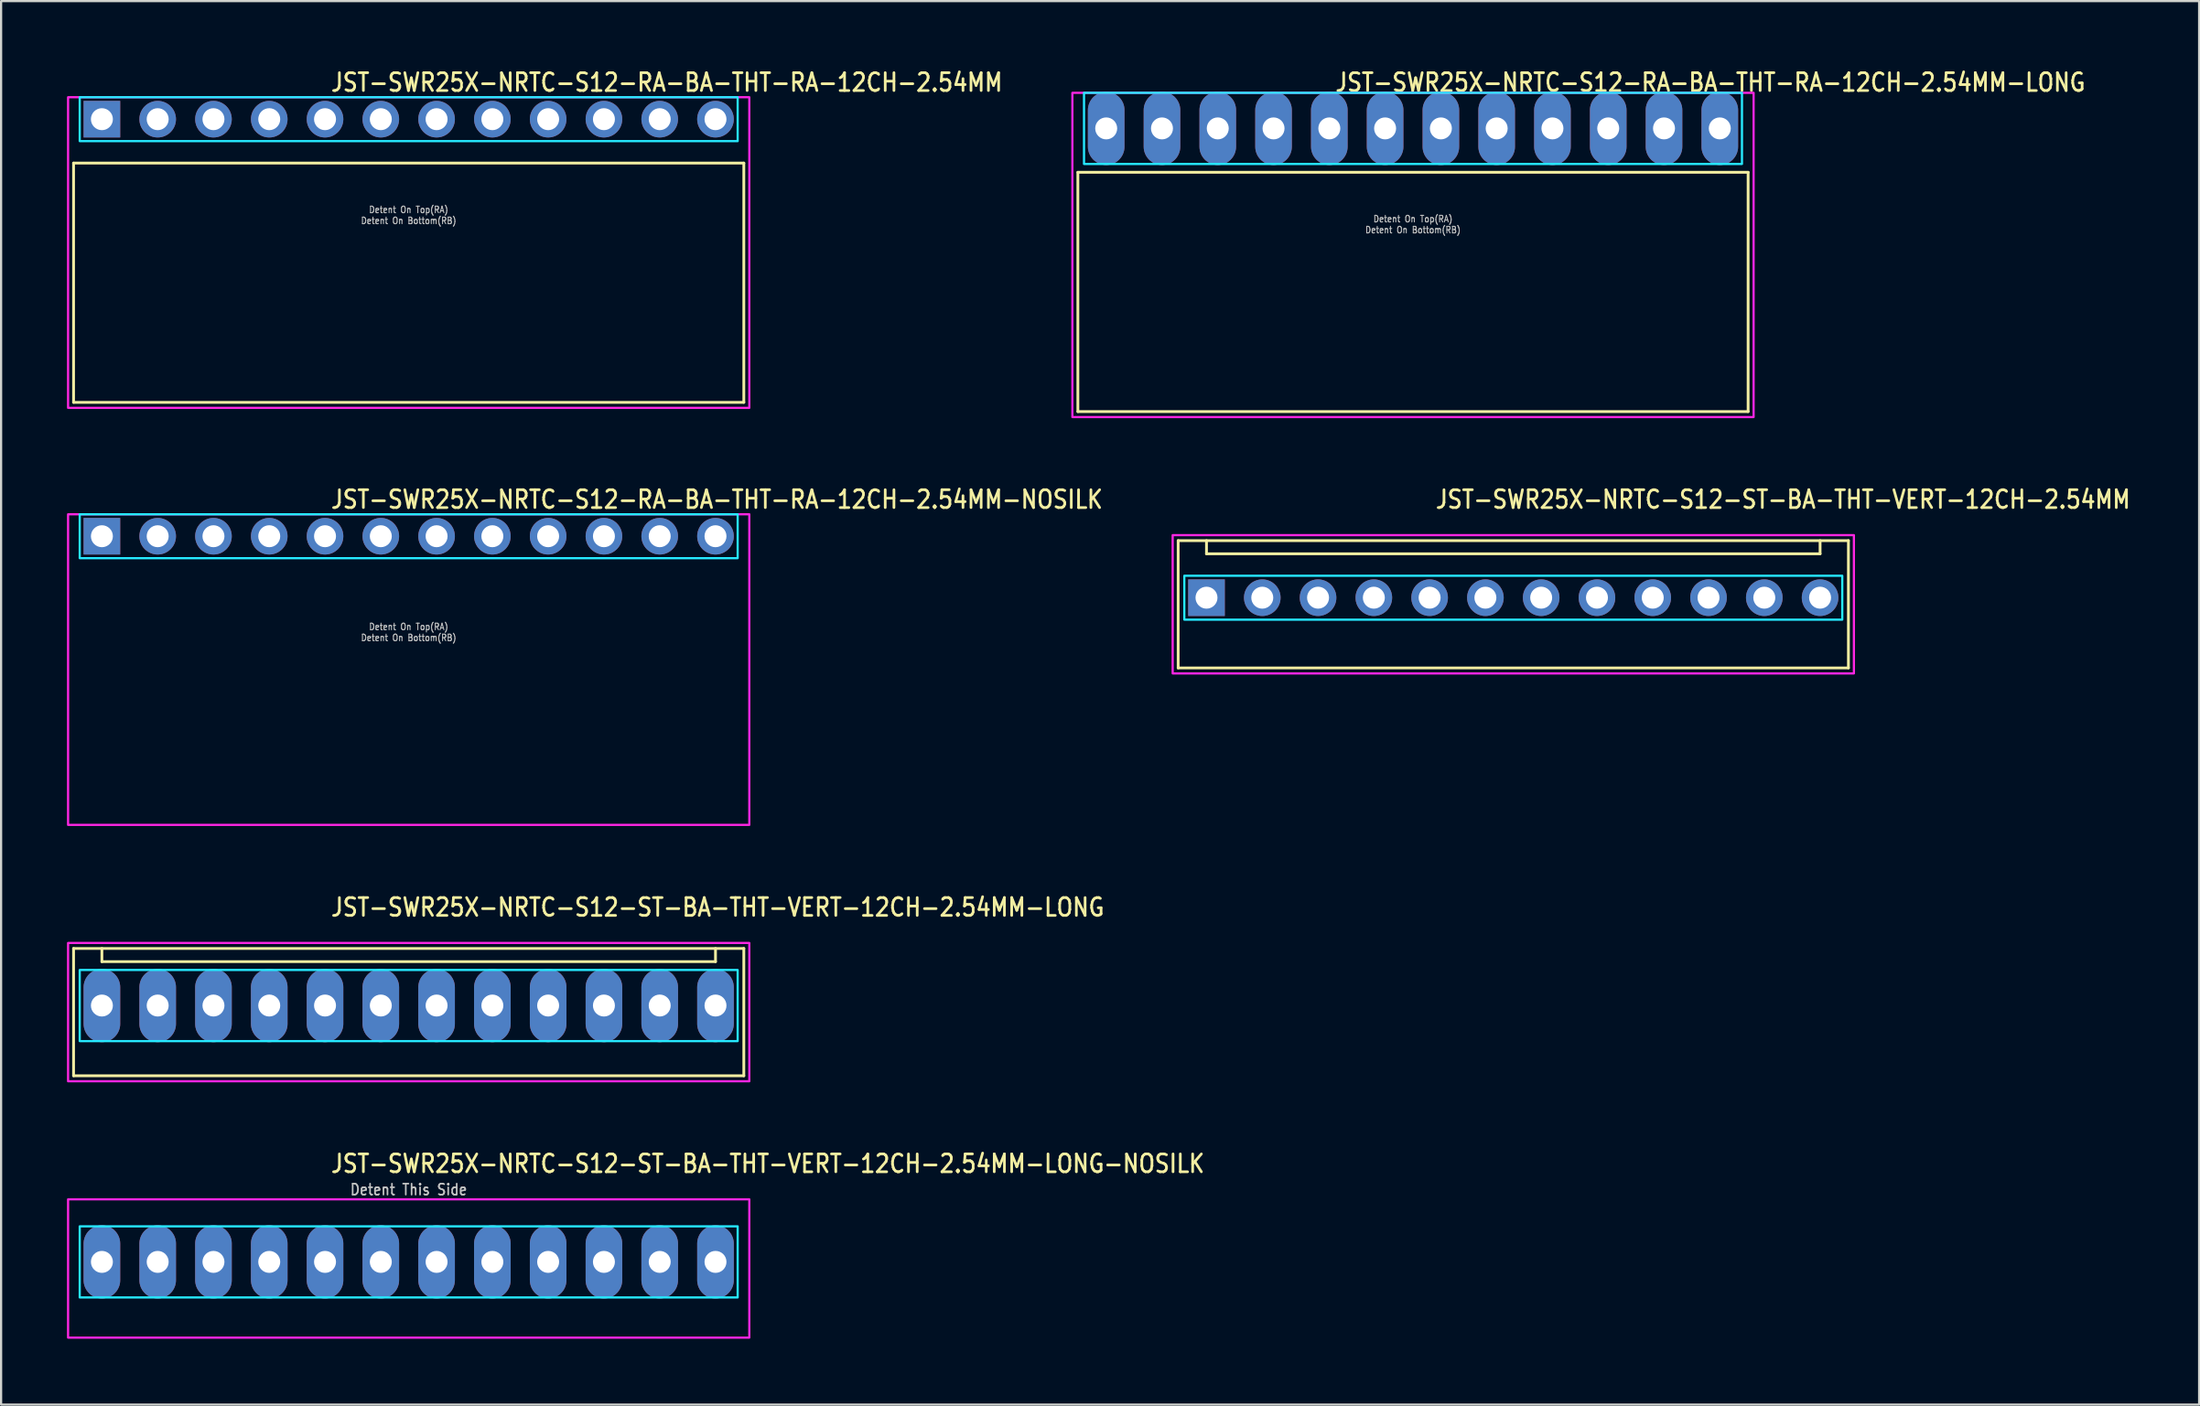
<source format=kicad_pcb>
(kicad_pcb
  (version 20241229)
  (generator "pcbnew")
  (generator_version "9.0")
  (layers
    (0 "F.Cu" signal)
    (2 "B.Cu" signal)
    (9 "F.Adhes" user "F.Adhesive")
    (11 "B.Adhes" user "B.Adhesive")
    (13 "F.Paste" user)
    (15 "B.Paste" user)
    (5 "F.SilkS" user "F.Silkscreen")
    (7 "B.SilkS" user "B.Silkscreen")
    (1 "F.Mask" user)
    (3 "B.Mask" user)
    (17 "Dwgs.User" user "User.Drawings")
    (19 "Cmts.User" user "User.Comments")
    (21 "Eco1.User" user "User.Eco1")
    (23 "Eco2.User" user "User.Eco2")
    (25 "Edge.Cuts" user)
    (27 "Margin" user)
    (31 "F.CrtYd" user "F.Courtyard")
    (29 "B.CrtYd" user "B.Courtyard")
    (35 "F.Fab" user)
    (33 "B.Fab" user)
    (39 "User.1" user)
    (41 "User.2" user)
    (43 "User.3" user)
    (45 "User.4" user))
  (footprint "JST-SWR25X-NRTC-S12-ST-BA-THT-VERT-12CH-2.54MM-LONG-NOSILK"
    (layer "F.Cu")
    (at 15.56 54.434)
    (property "Reference" "JST-SWR25X-NRTC-S12-ST-BA-THT-VERT-12CH-2.54MM-LONG-NOSILK" (at -3.6 -4 0) (unlocked yes) (layer "F.SilkS") (effects (font (size 0.813 0.695) (thickness 0.122)) (justify left bottom)))
    (fp_poly (pts (xy -14.98 -1.62) (xy -14.98 1.62) (xy 14.98 1.62) (xy 14.98 -1.62)) (stroke (width 0.1) (type solid)) (fill no) (layer "B.CrtYd"))
    (fp_poly (pts (xy -15.51 -2.85) (xy -15.51 3.45) (xy 15.51 3.45) (xy 15.51 -2.85)) (stroke (width 0.1) (type solid)) (fill no) (layer "F.CrtYd"))
    (fp_text user "Detent This Side" (at 0 -3 0) (unlocked yes) (layer "Dwgs.User") (effects (font (size 0.5 0.427) (thickness 0.075)) (justify bottom)))
    (pad "1" thru_hole oval (at -13.97 0 90) (size 3.333 1.667) (drill 1) (layers "*.Cu" "*.Mask"))
    (pad "2" thru_hole oval (at -11.43 0 90) (size 3.333 1.667) (drill 1) (layers "*.Cu" "*.Mask"))
    (pad "3" thru_hole oval (at -8.89 0 90) (size 3.333 1.667) (drill 1) (layers "*.Cu" "*.Mask"))
    (pad "4" thru_hole oval (at -6.35 0 90) (size 3.333 1.667) (drill 1) (layers "*.Cu" "*.Mask"))
    (pad "5" thru_hole oval (at -3.81 0 90) (size 3.333 1.667) (drill 1) (layers "*.Cu" "*.Mask"))
    (pad "6" thru_hole oval (at -1.27 0 90) (size 3.333 1.667) (drill 1) (layers "*.Cu" "*.Mask"))
    (pad "7" thru_hole oval (at 1.27 0 90) (size 3.333 1.667) (drill 1) (layers "*.Cu" "*.Mask"))
    (pad "8" thru_hole oval (at 3.81 0 90) (size 3.333 1.667) (drill 1) (layers "*.Cu" "*.Mask"))
    (pad "9" thru_hole oval (at 6.35 0 90) (size 3.333 1.667) (drill 1) (layers "*.Cu" "*.Mask"))
    (pad "10" thru_hole oval (at 8.89 0 90) (size 3.333 1.667) (drill 1) (layers "*.Cu" "*.Mask"))
    (pad "11" thru_hole oval (at 11.43 0 90) (size 3.333 1.667) (drill 1) (layers "*.Cu" "*.Mask"))
    (pad "12" thru_hole oval (at 13.97 0 90) (size 3.333 1.667) (drill 1) (layers "*.Cu" "*.Mask")))
  (footprint "JST-SWR25X-NRTC-S12-ST-BA-THT-VERT-12CH-2.54MM-LONG"
    (layer "F.Cu")
    (at 15.56 42.756)
    (property "Reference" "JST-SWR25X-NRTC-S12-ST-BA-THT-VERT-12CH-2.54MM-LONG" (at -3.6 -4 0) (unlocked yes) (layer "F.SilkS") (effects (font (size 0.813 0.695) (thickness 0.122)) (justify left bottom)))
    (fp_line (start -15.26 -2.6) (end 15.26 -2.6) (stroke (width 0.127) (type solid)) (layer "F.SilkS"))
    (fp_line (start -15.26 3.2) (end -15.26 -2.6) (stroke (width 0.127) (type solid)) (layer "F.SilkS"))
    (fp_line (start -15.26 3.2) (end 15.26 3.2) (stroke (width 0.127) (type solid)) (layer "F.SilkS"))
    (fp_line (start -13.97 -2.6) (end -13.97 -2) (stroke (width 0.127) (type solid)) (layer "F.SilkS"))
    (fp_line (start -13.97 -2) (end 13.97 -2) (stroke (width 0.127) (type solid)) (layer "F.SilkS"))
    (fp_line (start 13.97 -2.6) (end 13.97 -2) (stroke (width 0.127) (type solid)) (layer "F.SilkS"))
    (fp_line (start 15.26 -2.6) (end 15.26 3.2) (stroke (width 0.127) (type solid)) (layer "F.SilkS"))
    (fp_poly (pts (xy -14.98 -1.62) (xy -14.98 1.62) (xy 14.98 1.62) (xy 14.98 -1.62)) (stroke (width 0.1) (type solid)) (fill no) (layer "B.CrtYd"))
    (fp_poly (pts (xy -15.51 -2.85) (xy -15.51 3.45) (xy 15.51 3.45) (xy 15.51 -2.85)) (stroke (width 0.1) (type solid)) (fill no) (layer "F.CrtYd"))
    (pad "1" thru_hole oval (at -13.97 0 90) (size 3.333 1.667) (drill 1) (layers "*.Cu" "*.Mask"))
    (pad "2" thru_hole oval (at -11.43 0 90) (size 3.333 1.667) (drill 1) (layers "*.Cu" "*.Mask"))
    (pad "3" thru_hole oval (at -8.89 0 90) (size 3.333 1.667) (drill 1) (layers "*.Cu" "*.Mask"))
    (pad "4" thru_hole oval (at -6.35 0 90) (size 3.333 1.667) (drill 1) (layers "*.Cu" "*.Mask"))
    (pad "5" thru_hole oval (at -3.81 0 90) (size 3.333 1.667) (drill 1) (layers "*.Cu" "*.Mask"))
    (pad "6" thru_hole oval (at -1.27 0 90) (size 3.333 1.667) (drill 1) (layers "*.Cu" "*.Mask"))
    (pad "7" thru_hole oval (at 1.27 0 90) (size 3.333 1.667) (drill 1) (layers "*.Cu" "*.Mask"))
    (pad "8" thru_hole oval (at 3.81 0 90) (size 3.333 1.667) (drill 1) (layers "*.Cu" "*.Mask"))
    (pad "9" thru_hole oval (at 6.35 0 90) (size 3.333 1.667) (drill 1) (layers "*.Cu" "*.Mask"))
    (pad "10" thru_hole oval (at 8.89 0 90) (size 3.333 1.667) (drill 1) (layers "*.Cu" "*.Mask"))
    (pad "11" thru_hole oval (at 11.43 0 90) (size 3.333 1.667) (drill 1) (layers "*.Cu" "*.Mask"))
    (pad "12" thru_hole oval (at 13.97 0 90) (size 3.333 1.667) (drill 1) (layers "*.Cu" "*.Mask")))
  (footprint "JST-SWR25X-NRTC-S12-RA-BA-THT-RA-12CH-2.54MM-LONG"
    (layer "F.Cu")
    (at 61.291 2.799)
    (property "Reference" "JST-SWR25X-NRTC-S12-RA-BA-THT-RA-12CH-2.54MM-LONG" (at -3.6 -1.62 0) (unlocked yes) (layer "F.SilkS") (effects (font (size 0.813 0.695) (thickness 0.122)) (justify left bottom)))
    (fp_line (start -15.26 2) (end 15.26 2) (stroke (width 0.127) (type solid)) (layer "F.SilkS"))
    (fp_line (start -15.26 12.9) (end -15.26 2) (stroke (width 0.127) (type solid)) (layer "F.SilkS"))
    (fp_line (start -15.26 12.9) (end 15.26 12.9) (stroke (width 0.127) (type solid)) (layer "F.SilkS"))
    (fp_line (start 15.26 2) (end 15.26 12.9) (stroke (width 0.127) (type solid)) (layer "F.SilkS"))
    (fp_poly (pts (xy -14.98 -1.62) (xy -14.98 1.62) (xy 14.98 1.62) (xy 14.98 -1.62)) (stroke (width 0.1) (type solid)) (fill no) (layer "B.CrtYd"))
    (fp_poly (pts (xy -15.51 -1.62) (xy -15.51 13.15) (xy 15.51 13.15) (xy 15.51 -1.62)) (stroke (width 0.1) (type solid)) (fill no) (layer "F.CrtYd"))
    (fp_text user "Detent On Bottom(RB)" (at 0 4.8 0) (unlocked yes) (layer "Dwgs.User") (effects (font (size 0.3 0.257) (thickness 0.045)) (justify bottom)))
    (fp_text user "Detent On Top(RA)" (at 0 4.3 0) (unlocked yes) (layer "Dwgs.User") (effects (font (size 0.3 0.257) (thickness 0.045)) (justify bottom)))
    (pad "1" thru_hole oval (at -13.97 0 90) (size 3.333 1.667) (drill 1) (layers "*.Cu" "*.Mask"))
    (pad "2" thru_hole oval (at -11.43 0 90) (size 3.333 1.667) (drill 1) (layers "*.Cu" "*.Mask"))
    (pad "3" thru_hole oval (at -8.89 0 90) (size 3.333 1.667) (drill 1) (layers "*.Cu" "*.Mask"))
    (pad "4" thru_hole oval (at -6.35 0 90) (size 3.333 1.667) (drill 1) (layers "*.Cu" "*.Mask"))
    (pad "5" thru_hole oval (at -3.81 0 90) (size 3.333 1.667) (drill 1) (layers "*.Cu" "*.Mask"))
    (pad "6" thru_hole oval (at -1.27 0 90) (size 3.333 1.667) (drill 1) (layers "*.Cu" "*.Mask"))
    (pad "7" thru_hole oval (at 1.27 0 90) (size 3.333 1.667) (drill 1) (layers "*.Cu" "*.Mask"))
    (pad "8" thru_hole oval (at 3.81 0 90) (size 3.333 1.667) (drill 1) (layers "*.Cu" "*.Mask"))
    (pad "9" thru_hole oval (at 6.35 0 90) (size 3.333 1.667) (drill 1) (layers "*.Cu" "*.Mask"))
    (pad "10" thru_hole oval (at 8.89 0 90) (size 3.333 1.667) (drill 1) (layers "*.Cu" "*.Mask"))
    (pad "11" thru_hole oval (at 11.43 0 90) (size 3.333 1.667) (drill 1) (layers "*.Cu" "*.Mask"))
    (pad "12" thru_hole oval (at 13.97 0 90) (size 3.333 1.667) (drill 1) (layers "*.Cu" "*.Mask")))
  (footprint "JST-SWR25X-NRTC-S12-RA-BA-THT-RA-12CH-2.54MM"
    (layer "F.Cu")
    (at 15.56 2.379)
    (property "Reference" "JST-SWR25X-NRTC-S12-RA-BA-THT-RA-12CH-2.54MM" (at -3.6 -1.2 0) (unlocked yes) (layer "F.SilkS") (effects (font (size 0.813 0.695) (thickness 0.122)) (justify left bottom)))
    (fp_line (start -15.26 2) (end 15.26 2) (stroke (width 0.127) (type solid)) (layer "F.SilkS"))
    (fp_line (start -15.26 12.9) (end -15.26 2) (stroke (width 0.127) (type solid)) (layer "F.SilkS"))
    (fp_line (start -15.26 12.9) (end 15.26 12.9) (stroke (width 0.127) (type solid)) (layer "F.SilkS"))
    (fp_line (start 15.26 2) (end 15.26 12.9) (stroke (width 0.127) (type solid)) (layer "F.SilkS"))
    (fp_poly (pts (xy -14.98 -1) (xy -14.98 1) (xy 14.98 1) (xy 14.98 -1)) (stroke (width 0.1) (type solid)) (fill no) (layer "B.CrtYd"))
    (fp_poly (pts (xy -15.51 -1) (xy -15.51 13.15) (xy 15.51 13.15) (xy 15.51 -1)) (stroke (width 0.1) (type solid)) (fill no) (layer "F.CrtYd"))
    (fp_text user "Detent On Top(RA)" (at 0 4.3 0) (unlocked yes) (layer "Dwgs.User") (effects (font (size 0.3 0.257) (thickness 0.045)) (justify bottom)))
    (fp_text user "Detent On Bottom(RB)" (at 0 4.8 0) (unlocked yes) (layer "Dwgs.User") (effects (font (size 0.3 0.257) (thickness 0.045)) (justify bottom)))
    (pad "1" thru_hole rect (at -13.97 0) (size 1.667 1.667) (drill 1) (layers "*.Cu" "*.Mask"))
    (pad "2" thru_hole oval (at -11.43 0) (size 1.667 1.667) (drill 1) (layers "*.Cu" "*.Mask"))
    (pad "3" thru_hole oval (at -8.89 0) (size 1.667 1.667) (drill 1) (layers "*.Cu" "*.Mask"))
    (pad "4" thru_hole oval (at -6.35 0) (size 1.667 1.667) (drill 1) (layers "*.Cu" "*.Mask"))
    (pad "5" thru_hole oval (at -3.81 0) (size 1.667 1.667) (drill 1) (layers "*.Cu" "*.Mask"))
    (pad "6" thru_hole oval (at -1.27 0) (size 1.667 1.667) (drill 1) (layers "*.Cu" "*.Mask"))
    (pad "7" thru_hole oval (at 1.27 0) (size 1.667 1.667) (drill 1) (layers "*.Cu" "*.Mask"))
    (pad "8" thru_hole oval (at 3.81 0) (size 1.667 1.667) (drill 1) (layers "*.Cu" "*.Mask"))
    (pad "9" thru_hole oval (at 6.35 0) (size 1.667 1.667) (drill 1) (layers "*.Cu" "*.Mask"))
    (pad "10" thru_hole oval (at 8.89 0) (size 1.667 1.667) (drill 1) (layers "*.Cu" "*.Mask"))
    (pad "11" thru_hole oval (at 11.43 0) (size 1.667 1.667) (drill 1) (layers "*.Cu" "*.Mask"))
    (pad "12" thru_hole oval (at 13.97 0) (size 1.667 1.667) (drill 1) (layers "*.Cu" "*.Mask")))
  (footprint "JST-SWR25X-NRTC-S12-ST-BA-THT-VERT-12CH-2.54MM"
    (layer "F.Cu")
    (at 65.858 24.177)
    (property "Reference" "JST-SWR25X-NRTC-S12-ST-BA-THT-VERT-12CH-2.54MM" (at -3.6 -4 0) (unlocked yes) (layer "F.SilkS") (effects (font (size 0.813 0.695) (thickness 0.122)) (justify left bottom)))
    (fp_line (start -15.26 -2.6) (end 15.26 -2.6) (stroke (width 0.127) (type solid)) (layer "F.SilkS"))
    (fp_line (start -15.26 3.2) (end -15.26 -2.6) (stroke (width 0.127) (type solid)) (layer "F.SilkS"))
    (fp_line (start -15.26 3.2) (end 15.26 3.2) (stroke (width 0.127) (type solid)) (layer "F.SilkS"))
    (fp_line (start -13.97 -2.6) (end -13.97 -2) (stroke (width 0.127) (type solid)) (layer "F.SilkS"))
    (fp_line (start -13.97 -2) (end 13.97 -2) (stroke (width 0.127) (type solid)) (layer "F.SilkS"))
    (fp_line (start 13.97 -2.6) (end 13.97 -2) (stroke (width 0.127) (type solid)) (layer "F.SilkS"))
    (fp_line (start 15.26 -2.6) (end 15.26 3.2) (stroke (width 0.127) (type solid)) (layer "F.SilkS"))
    (fp_poly (pts (xy -14.98 -1) (xy -14.98 1) (xy 14.98 1) (xy 14.98 -1)) (stroke (width 0.1) (type solid)) (fill no) (layer "B.CrtYd"))
    (fp_poly (pts (xy -15.51 -2.85) (xy -15.51 3.45) (xy 15.51 3.45) (xy 15.51 -2.85)) (stroke (width 0.1) (type solid)) (fill no) (layer "F.CrtYd"))
    (pad "1" thru_hole rect (at -13.97 0) (size 1.667 1.667) (drill 1) (layers "*.Cu" "*.Mask"))
    (pad "2" thru_hole oval (at -11.43 0) (size 1.667 1.667) (drill 1) (layers "*.Cu" "*.Mask"))
    (pad "3" thru_hole oval (at -8.89 0) (size 1.667 1.667) (drill 1) (layers "*.Cu" "*.Mask"))
    (pad "4" thru_hole oval (at -6.35 0) (size 1.667 1.667) (drill 1) (layers "*.Cu" "*.Mask"))
    (pad "5" thru_hole oval (at -3.81 0) (size 1.667 1.667) (drill 1) (layers "*.Cu" "*.Mask"))
    (pad "6" thru_hole oval (at -1.27 0) (size 1.667 1.667) (drill 1) (layers "*.Cu" "*.Mask"))
    (pad "7" thru_hole oval (at 1.27 0) (size 1.667 1.667) (drill 1) (layers "*.Cu" "*.Mask"))
    (pad "8" thru_hole oval (at 3.81 0) (size 1.667 1.667) (drill 1) (layers "*.Cu" "*.Mask"))
    (pad "9" thru_hole oval (at 6.35 0) (size 1.667 1.667) (drill 1) (layers "*.Cu" "*.Mask"))
    (pad "10" thru_hole oval (at 8.89 0) (size 1.667 1.667) (drill 1) (layers "*.Cu" "*.Mask"))
    (pad "11" thru_hole oval (at 11.43 0) (size 1.667 1.667) (drill 1) (layers "*.Cu" "*.Mask"))
    (pad "12" thru_hole oval (at 13.97 0) (size 1.667 1.667) (drill 1) (layers "*.Cu" "*.Mask")))
  (footprint "JST-SWR25X-NRTC-S12-RA-BA-THT-RA-12CH-2.54MM-NOSILK"
    (layer "F.Cu")
    (at 15.56 21.377)
    (property "Reference" "JST-SWR25X-NRTC-S12-RA-BA-THT-RA-12CH-2.54MM-NOSILK" (at -3.6 -1.2 0) (unlocked yes) (layer "F.SilkS") (effects (font (size 0.813 0.695) (thickness 0.122)) (justify left bottom)))
    (fp_poly (pts (xy -14.98 -1) (xy -14.98 1) (xy 14.98 1) (xy 14.98 -1)) (stroke (width 0.1) (type solid)) (fill no) (layer "B.CrtYd"))
    (fp_poly (pts (xy -15.51 -1) (xy -15.51 13.15) (xy 15.51 13.15) (xy 15.51 -1)) (stroke (width 0.1) (type solid)) (fill no) (layer "F.CrtYd"))
    (fp_text user "Detent On Top(RA)" (at 0 4.3 0) (unlocked yes) (layer "Dwgs.User") (effects (font (size 0.3 0.257) (thickness 0.045)) (justify bottom)))
    (fp_text user "Detent On Bottom(RB)" (at 0 4.8 0) (unlocked yes) (layer "Dwgs.User") (effects (font (size 0.3 0.257) (thickness 0.045)) (justify bottom)))
    (pad "1" thru_hole rect (at -13.97 0) (size 1.667 1.667) (drill 1) (layers "*.Cu" "*.Mask"))
    (pad "2" thru_hole oval (at -11.43 0) (size 1.667 1.667) (drill 1) (layers "*.Cu" "*.Mask"))
    (pad "3" thru_hole oval (at -8.89 0) (size 1.667 1.667) (drill 1) (layers "*.Cu" "*.Mask"))
    (pad "4" thru_hole oval (at -6.35 0) (size 1.667 1.667) (drill 1) (layers "*.Cu" "*.Mask"))
    (pad "5" thru_hole oval (at -3.81 0) (size 1.667 1.667) (drill 1) (layers "*.Cu" "*.Mask"))
    (pad "6" thru_hole oval (at -1.27 0) (size 1.667 1.667) (drill 1) (layers "*.Cu" "*.Mask"))
    (pad "7" thru_hole oval (at 1.27 0) (size 1.667 1.667) (drill 1) (layers "*.Cu" "*.Mask"))
    (pad "8" thru_hole oval (at 3.81 0) (size 1.667 1.667) (drill 1) (layers "*.Cu" "*.Mask"))
    (pad "9" thru_hole oval (at 6.35 0) (size 1.667 1.667) (drill 1) (layers "*.Cu" "*.Mask"))
    (pad "10" thru_hole oval (at 8.89 0) (size 1.667 1.667) (drill 1) (layers "*.Cu" "*.Mask"))
    (pad "11" thru_hole oval (at 11.43 0) (size 1.667 1.667) (drill 1) (layers "*.Cu" "*.Mask"))
    (pad "12" thru_hole oval (at 13.97 0) (size 1.667 1.667) (drill 1) (layers "*.Cu" "*.Mask")))
  (gr_rect
    (start -3 -3)
    (end 97.088 60.934)
    (stroke (width 0.1) (type default))
    (fill no)
    (layer "Edge.Cuts")))
</source>
